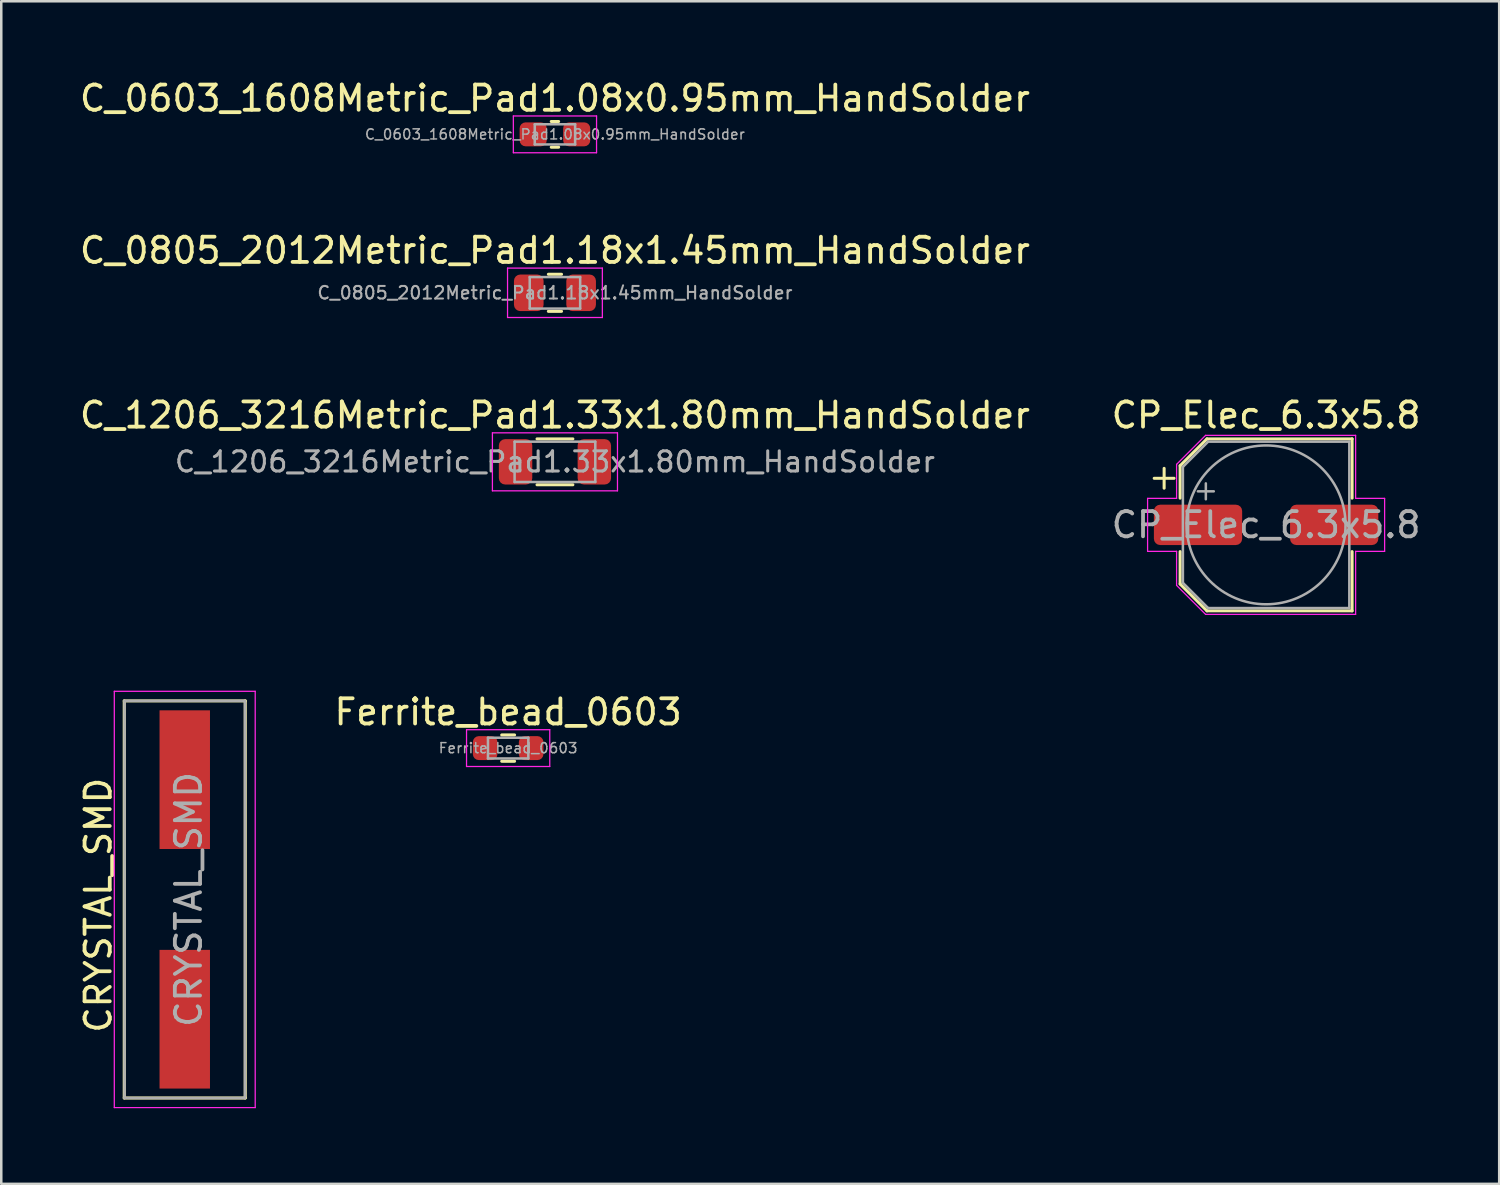
<source format=kicad_pcb>
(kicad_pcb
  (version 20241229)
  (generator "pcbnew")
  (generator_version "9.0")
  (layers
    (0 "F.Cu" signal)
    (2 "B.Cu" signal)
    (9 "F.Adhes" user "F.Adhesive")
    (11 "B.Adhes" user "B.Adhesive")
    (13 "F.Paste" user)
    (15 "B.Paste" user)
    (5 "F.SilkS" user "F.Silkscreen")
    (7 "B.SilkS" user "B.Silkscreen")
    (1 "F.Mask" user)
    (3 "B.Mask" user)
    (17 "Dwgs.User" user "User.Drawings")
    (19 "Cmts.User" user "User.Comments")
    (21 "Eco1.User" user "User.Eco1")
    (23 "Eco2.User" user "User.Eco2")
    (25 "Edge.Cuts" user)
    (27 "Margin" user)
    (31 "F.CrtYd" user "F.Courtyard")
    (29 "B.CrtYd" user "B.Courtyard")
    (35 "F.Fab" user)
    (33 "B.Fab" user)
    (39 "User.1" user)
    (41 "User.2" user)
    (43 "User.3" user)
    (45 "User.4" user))
  (footprint "C_0805_2012Metric_Pad1.18x1.45mm_HandSolder"
    (layer "F.Cu")
    (at 18.958 8.562)
    (property "Reference" "C_0805_2012Metric_Pad1.18x1.45mm_HandSolder" (at 0 -1.68 0) (layer "F.SilkS") (effects (font (size 1 1) (thickness 0.15))))
    (attr smd)
    (fp_line (start -0.261 -0.735) (end 0.261 -0.735) (stroke (width 0.12) (type solid)) (layer "F.SilkS"))
    (fp_line (start -0.261 0.735) (end 0.261 0.735) (stroke (width 0.12) (type solid)) (layer "F.SilkS"))
    (fp_line (start -1.88 -0.98) (end 1.88 -0.98) (stroke (width 0.05) (type solid)) (layer "F.CrtYd"))
    (fp_line (start -1.88 0.98) (end -1.88 -0.98) (stroke (width 0.05) (type solid)) (layer "F.CrtYd"))
    (fp_line (start 1.88 -0.98) (end 1.88 0.98) (stroke (width 0.05) (type solid)) (layer "F.CrtYd"))
    (fp_line (start 1.88 0.98) (end -1.88 0.98) (stroke (width 0.05) (type solid)) (layer "F.CrtYd"))
    (fp_line (start -1 -0.625) (end 1 -0.625) (stroke (width 0.1) (type solid)) (layer "F.Fab"))
    (fp_line (start -1 0.625) (end -1 -0.625) (stroke (width 0.1) (type solid)) (layer "F.Fab"))
    (fp_line (start 1 -0.625) (end 1 0.625) (stroke (width 0.1) (type solid)) (layer "F.Fab"))
    (fp_line (start 1 0.625) (end -1 0.625) (stroke (width 0.1) (type solid)) (layer "F.Fab"))
    (fp_text user "${REFERENCE}" (at 0 0 0) (layer "F.Fab") (effects (font (size 0.5 0.5) (thickness 0.08))))
    (pad "1" smd roundrect (at -1.038 0) (size 1.175 1.45) (layers "F.Cu" "F.Mask" "F.Paste") (roundrect_rratio 0.213))
    (pad "2" smd roundrect (at 1.038 0) (size 1.175 1.45) (layers "F.Cu" "F.Mask" "F.Paste") (roundrect_rratio 0.213)))
  (footprint "C_1206_3216Metric_Pad1.33x1.80mm_HandSolder"
    (layer "F.Cu")
    (at 18.958 15.265)
    (property "Reference" "C_1206_3216Metric_Pad1.33x1.80mm_HandSolder" (at 0 -1.85 0) (layer "F.SilkS") (effects (font (size 1 1) (thickness 0.15))))
    (attr smd)
    (fp_line (start -0.711 -0.91) (end 0.711 -0.91) (stroke (width 0.12) (type solid)) (layer "F.SilkS"))
    (fp_line (start -0.711 0.91) (end 0.711 0.91) (stroke (width 0.12) (type solid)) (layer "F.SilkS"))
    (fp_line (start -2.48 -1.15) (end 2.48 -1.15) (stroke (width 0.05) (type solid)) (layer "F.CrtYd"))
    (fp_line (start -2.48 1.15) (end -2.48 -1.15) (stroke (width 0.05) (type solid)) (layer "F.CrtYd"))
    (fp_line (start 2.48 -1.15) (end 2.48 1.15) (stroke (width 0.05) (type solid)) (layer "F.CrtYd"))
    (fp_line (start 2.48 1.15) (end -2.48 1.15) (stroke (width 0.05) (type solid)) (layer "F.CrtYd"))
    (fp_line (start -1.6 -0.8) (end 1.6 -0.8) (stroke (width 0.1) (type solid)) (layer "F.Fab"))
    (fp_line (start -1.6 0.8) (end -1.6 -0.8) (stroke (width 0.1) (type solid)) (layer "F.Fab"))
    (fp_line (start 1.6 -0.8) (end 1.6 0.8) (stroke (width 0.1) (type solid)) (layer "F.Fab"))
    (fp_line (start 1.6 0.8) (end -1.6 0.8) (stroke (width 0.1) (type solid)) (layer "F.Fab"))
    (fp_text user "${REFERENCE}" (at 0 0 0) (layer "F.Fab") (effects (font (size 0.8 0.8) (thickness 0.12))))
    (pad "1" smd roundrect (at -1.562 0) (size 1.325 1.8) (layers "F.Cu" "F.Mask" "F.Paste") (roundrect_rratio 0.189))
    (pad "2" smd roundrect (at 1.562 0) (size 1.325 1.8) (layers "F.Cu" "F.Mask" "F.Paste") (roundrect_rratio 0.189)))
  (footprint "CRYSTAL_SMD"
    (layer "F.Cu")
    (at 4.277 32.62)
    (property "Reference" "CRYSTAL_SMD" (at -3.429 0.229 90) (layer "F.SilkS") (effects (font (size 1 1) (thickness 0.15))))
    (attr through_hole)
    (fp_line (start -2.4 -7.874) (end -2.4 7.874) (stroke (width 0.12) (type solid)) (layer "F.SilkS"))
    (fp_line (start -2.4 7.874) (end 2.4 7.874) (stroke (width 0.12) (type solid)) (layer "F.SilkS"))
    (fp_line (start 2.4 -7.874) (end -2.4 -7.874) (stroke (width 0.12) (type solid)) (layer "F.SilkS"))
    (fp_line (start 2.4 -7.874) (end 2.4 7.874) (stroke (width 0.12) (type solid)) (layer "F.SilkS"))
    (fp_line (start -2.794 -8.255) (end -2.794 8.255) (stroke (width 0.05) (type solid)) (layer "F.CrtYd"))
    (fp_line (start -2.794 8.255) (end 2.794 8.255) (stroke (width 0.05) (type solid)) (layer "F.CrtYd"))
    (fp_line (start 2.794 -8.255) (end -2.794 -8.255) (stroke (width 0.05) (type solid)) (layer "F.CrtYd"))
    (fp_line (start 2.794 8.255) (end 2.794 -8.255) (stroke (width 0.05) (type solid)) (layer "F.CrtYd"))
    (fp_line (start -2.388 -7.874) (end 2.388 -7.874) (stroke (width 0.1) (type solid)) (layer "F.Fab"))
    (fp_line (start -2.388 7.874) (end -2.388 -7.874) (stroke (width 0.1) (type solid)) (layer "F.Fab"))
    (fp_line (start 2.388 -7.874) (end 2.388 7.874) (stroke (width 0.1) (type solid)) (layer "F.Fab"))
    (fp_line (start 2.388 7.874) (end -2.388 7.874) (stroke (width 0.1) (type solid)) (layer "F.Fab"))
    (fp_text user "${REFERENCE}" (at 0.152 0 90) (layer "F.Fab") (effects (font (size 1 1) (thickness 0.15))))
    (pad "1" smd rect (at 0 -4.75) (size 2 5.5) (layers "F.Cu" "F.Mask" "F.Paste"))
    (pad "2" smd rect (at 0 4.75) (size 2 5.5) (layers "F.Cu" "F.Mask" "F.Paste")))
  (footprint "C_0603_1608Metric_Pad1.08x0.95mm_HandSolder"
    (layer "F.Cu")
    (at 18.958 2.278)
    (property "Reference" "C_0603_1608Metric_Pad1.08x0.95mm_HandSolder" (at 0 -1.43 0) (layer "F.SilkS") (effects (font (size 1 1) (thickness 0.15))))
    (attr smd)
    (fp_line (start -0.146 -0.51) (end 0.146 -0.51) (stroke (width 0.12) (type solid)) (layer "F.SilkS"))
    (fp_line (start -0.146 0.51) (end 0.146 0.51) (stroke (width 0.12) (type solid)) (layer "F.SilkS"))
    (fp_line (start -1.65 -0.73) (end 1.65 -0.73) (stroke (width 0.05) (type solid)) (layer "F.CrtYd"))
    (fp_line (start -1.65 0.73) (end -1.65 -0.73) (stroke (width 0.05) (type solid)) (layer "F.CrtYd"))
    (fp_line (start 1.65 -0.73) (end 1.65 0.73) (stroke (width 0.05) (type solid)) (layer "F.CrtYd"))
    (fp_line (start 1.65 0.73) (end -1.65 0.73) (stroke (width 0.05) (type solid)) (layer "F.CrtYd"))
    (fp_line (start -0.8 -0.4) (end 0.8 -0.4) (stroke (width 0.1) (type solid)) (layer "F.Fab"))
    (fp_line (start -0.8 0.4) (end -0.8 -0.4) (stroke (width 0.1) (type solid)) (layer "F.Fab"))
    (fp_line (start 0.8 -0.4) (end 0.8 0.4) (stroke (width 0.1) (type solid)) (layer "F.Fab"))
    (fp_line (start 0.8 0.4) (end -0.8 0.4) (stroke (width 0.1) (type solid)) (layer "F.Fab"))
    (fp_text user "${REFERENCE}" (at 0 0 0) (layer "F.Fab") (effects (font (size 0.4 0.4) (thickness 0.06))))
    (pad "1" smd roundrect (at -0.863 0) (size 1.075 0.95) (layers "F.Cu" "F.Mask" "F.Paste") (roundrect_rratio 0.25))
    (pad "2" smd roundrect (at 0.863 0) (size 1.075 0.95) (layers "F.Cu" "F.Mask" "F.Paste") (roundrect_rratio 0.25)))
  (footprint "CP_Elec_6.3x5.8"
    (layer "F.Cu")
    (at 47.161 17.765)
    (property "Reference" "CP_Elec_6.3x5.8" (at 0 -4.35 0) (layer "F.SilkS") (effects (font (size 1 1) (thickness 0.15))))
    (attr smd)
    (fp_line (start -4.438 -1.847) (end -3.65 -1.847) (stroke (width 0.12) (type solid)) (layer "F.SilkS"))
    (fp_line (start -4.044 -2.241) (end -4.044 -1.454) (stroke (width 0.12) (type solid)) (layer "F.SilkS"))
    (fp_line (start -3.41 -2.346) (end -3.41 -1.06) (stroke (width 0.12) (type solid)) (layer "F.SilkS"))
    (fp_line (start -3.41 -2.346) (end -2.346 -3.41) (stroke (width 0.12) (type solid)) (layer "F.SilkS"))
    (fp_line (start -3.41 2.346) (end -3.41 1.06) (stroke (width 0.12) (type solid)) (layer "F.SilkS"))
    (fp_line (start -3.41 2.346) (end -2.346 3.41) (stroke (width 0.12) (type solid)) (layer "F.SilkS"))
    (fp_line (start -2.346 -3.41) (end 3.41 -3.41) (stroke (width 0.12) (type solid)) (layer "F.SilkS"))
    (fp_line (start -2.346 3.41) (end 3.41 3.41) (stroke (width 0.12) (type solid)) (layer "F.SilkS"))
    (fp_line (start 3.41 -3.41) (end 3.41 -1.06) (stroke (width 0.12) (type solid)) (layer "F.SilkS"))
    (fp_line (start 3.41 3.41) (end 3.41 1.06) (stroke (width 0.12) (type solid)) (layer "F.SilkS"))
    (fp_line (start -4.7 -1.05) (end -4.7 1.05) (stroke (width 0.05) (type solid)) (layer "F.CrtYd"))
    (fp_line (start -4.7 1.05) (end -3.55 1.05) (stroke (width 0.05) (type solid)) (layer "F.CrtYd"))
    (fp_line (start -3.55 -2.4) (end -3.55 -1.05) (stroke (width 0.05) (type solid)) (layer "F.CrtYd"))
    (fp_line (start -3.55 -2.4) (end -2.4 -3.55) (stroke (width 0.05) (type solid)) (layer "F.CrtYd"))
    (fp_line (start -3.55 -1.05) (end -4.7 -1.05) (stroke (width 0.05) (type solid)) (layer "F.CrtYd"))
    (fp_line (start -3.55 1.05) (end -3.55 2.4) (stroke (width 0.05) (type solid)) (layer "F.CrtYd"))
    (fp_line (start -3.55 2.4) (end -2.4 3.55) (stroke (width 0.05) (type solid)) (layer "F.CrtYd"))
    (fp_line (start -2.4 -3.55) (end 3.55 -3.55) (stroke (width 0.05) (type solid)) (layer "F.CrtYd"))
    (fp_line (start -2.4 3.55) (end 3.55 3.55) (stroke (width 0.05) (type solid)) (layer "F.CrtYd"))
    (fp_line (start 3.55 -3.55) (end 3.55 -1.05) (stroke (width 0.05) (type solid)) (layer "F.CrtYd"))
    (fp_line (start 3.55 -1.05) (end 4.7 -1.05) (stroke (width 0.05) (type solid)) (layer "F.CrtYd"))
    (fp_line (start 3.55 1.05) (end 3.55 3.55) (stroke (width 0.05) (type solid)) (layer "F.CrtYd"))
    (fp_line (start 4.7 -1.05) (end 4.7 1.05) (stroke (width 0.05) (type solid)) (layer "F.CrtYd"))
    (fp_line (start 4.7 1.05) (end 3.55 1.05) (stroke (width 0.05) (type solid)) (layer "F.CrtYd"))
    (fp_line (start -3.3 -2.3) (end -3.3 2.3) (stroke (width 0.1) (type solid)) (layer "F.Fab"))
    (fp_line (start -3.3 -2.3) (end -2.3 -3.3) (stroke (width 0.1) (type solid)) (layer "F.Fab"))
    (fp_line (start -3.3 2.3) (end -2.3 3.3) (stroke (width 0.1) (type solid)) (layer "F.Fab"))
    (fp_line (start -2.705 -1.33) (end -2.075 -1.33) (stroke (width 0.1) (type solid)) (layer "F.Fab"))
    (fp_line (start -2.39 -1.645) (end -2.39 -1.015) (stroke (width 0.1) (type solid)) (layer "F.Fab"))
    (fp_line (start -2.3 -3.3) (end 3.3 -3.3) (stroke (width 0.1) (type solid)) (layer "F.Fab"))
    (fp_line (start -2.3 3.3) (end 3.3 3.3) (stroke (width 0.1) (type solid)) (layer "F.Fab"))
    (fp_line (start 3.3 -3.3) (end 3.3 3.3) (stroke (width 0.1) (type solid)) (layer "F.Fab"))
    (fp_circle (center 0 0) (end 3.15 0) (stroke (width 0.1) (type solid)) (fill no) (layer "F.Fab"))
    (fp_text user "${REFERENCE}" (at 0 0 0) (layer "F.Fab") (effects (font (size 1 1) (thickness 0.15))))
    (pad "1" smd roundrect (at -2.7 0) (size 3.5 1.6) (layers "F.Cu" "F.Mask" "F.Paste") (roundrect_rratio 0.156))
    (pad "2" smd roundrect (at 2.7 0) (size 3.5 1.6) (layers "F.Cu" "F.Mask" "F.Paste") (roundrect_rratio 0.156)))
  (footprint "Ferrite_bead_0603"
    (layer "F.Cu")
    (at 17.102 26.618)
    (property "Reference" "Ferrite_bead_0603" (at 0 -1.43 0) (layer "F.SilkS") (effects (font (size 1 1) (thickness 0.15))))
    (attr smd)
    (fp_line (start -0.255 -0.522) (end 0.255 -0.522) (stroke (width 0.12) (type solid)) (layer "F.SilkS"))
    (fp_line (start -0.255 0.522) (end 0.255 0.522) (stroke (width 0.12) (type solid)) (layer "F.SilkS"))
    (fp_line (start -1.65 -0.73) (end 1.65 -0.73) (stroke (width 0.05) (type solid)) (layer "F.CrtYd"))
    (fp_line (start -1.65 0.73) (end -1.65 -0.73) (stroke (width 0.05) (type solid)) (layer "F.CrtYd"))
    (fp_line (start 1.65 -0.73) (end 1.65 0.73) (stroke (width 0.05) (type solid)) (layer "F.CrtYd"))
    (fp_line (start 1.65 0.73) (end -1.65 0.73) (stroke (width 0.05) (type solid)) (layer "F.CrtYd"))
    (fp_line (start -0.8 -0.412) (end 0.8 -0.412) (stroke (width 0.1) (type solid)) (layer "F.Fab"))
    (fp_line (start -0.8 0.412) (end -0.8 -0.412) (stroke (width 0.1) (type solid)) (layer "F.Fab"))
    (fp_line (start 0.8 -0.412) (end 0.8 0.412) (stroke (width 0.1) (type solid)) (layer "F.Fab"))
    (fp_line (start 0.8 0.412) (end -0.8 0.412) (stroke (width 0.1) (type solid)) (layer "F.Fab"))
    (fp_text user "${REFERENCE}" (at 0 0 0) (layer "F.Fab") (effects (font (size 0.4 0.4) (thickness 0.06))))
    (pad "1" smd roundrect (at -0.912 0) (size 0.975 0.95) (layers "F.Cu" "F.Mask" "F.Paste") (roundrect_rratio 0.25))
    (pad "2" smd roundrect (at 0.912 0) (size 0.975 0.95) (layers "F.Cu" "F.Mask" "F.Paste") (roundrect_rratio 0.25)))
  (gr_rect
    (start -3 -3)
    (end 56.405 43.9)
    (stroke (width 0.1) (type default))
    (fill no)
    (layer "Edge.Cuts")))
</source>
